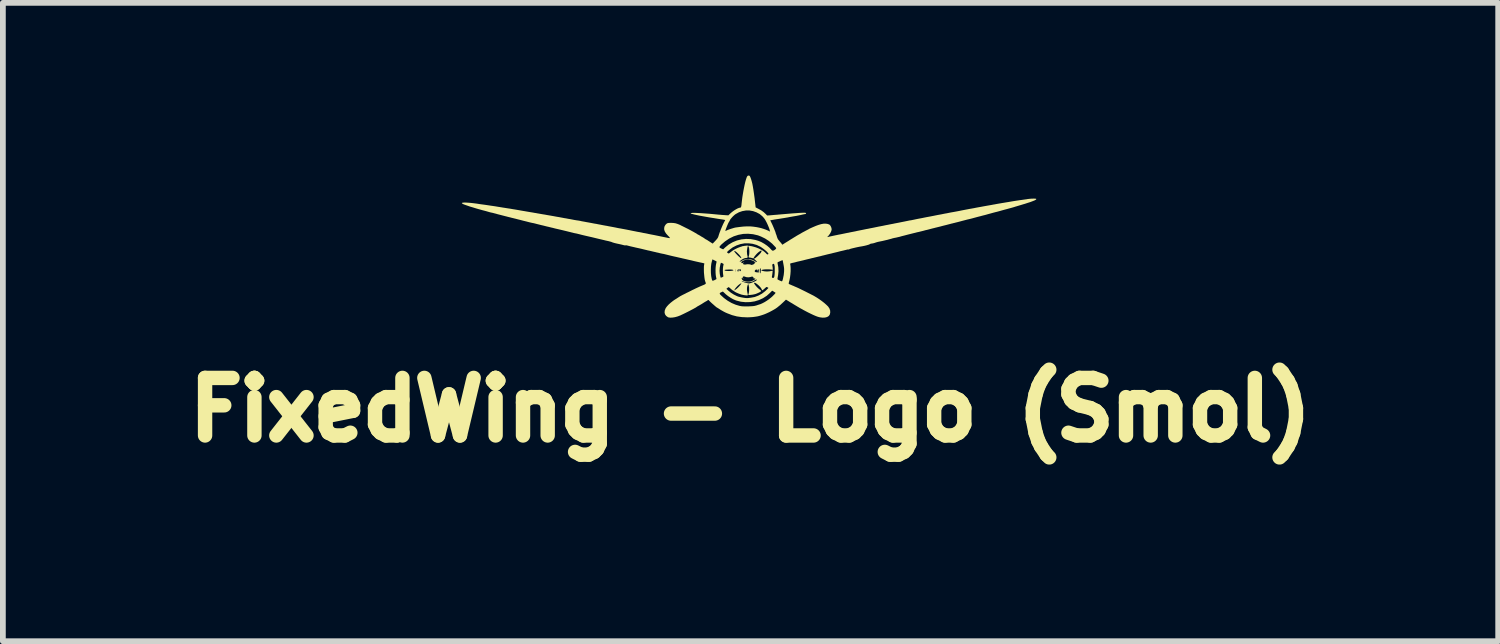
<source format=kicad_pcb>
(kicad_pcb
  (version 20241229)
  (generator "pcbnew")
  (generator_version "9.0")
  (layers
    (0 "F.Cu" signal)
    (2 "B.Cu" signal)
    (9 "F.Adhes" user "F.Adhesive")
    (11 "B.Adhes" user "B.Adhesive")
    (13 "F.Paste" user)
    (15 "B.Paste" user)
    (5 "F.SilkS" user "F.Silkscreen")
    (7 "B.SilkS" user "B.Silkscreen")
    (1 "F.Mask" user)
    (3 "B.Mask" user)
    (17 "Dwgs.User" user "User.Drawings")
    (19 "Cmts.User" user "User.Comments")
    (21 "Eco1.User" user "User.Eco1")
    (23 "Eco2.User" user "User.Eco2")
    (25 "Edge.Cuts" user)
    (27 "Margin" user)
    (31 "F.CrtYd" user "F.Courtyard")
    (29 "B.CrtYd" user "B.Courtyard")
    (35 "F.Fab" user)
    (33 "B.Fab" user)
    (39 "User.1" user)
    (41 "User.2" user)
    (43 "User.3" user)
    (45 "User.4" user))
  (footprint "FixedWing - Logo (Smol)"
    (layer "F.Cu")
    (at 9.959 1.646)
    (property "Reference" "FixedWing - Logo (Smol)" (at 0.03 2.42 0) (layer "F.SilkS") (effects (font (size 1 1) (thickness 0.25))))
    (attr board_only exclude_from_pos_files exclude_from_bom)
    (fp_poly (pts (xy -0.088 -0.416) (xy -0.091 -0.413) (xy -0.094 -0.416) (xy -0.091 -0.419)) (stroke (width 0) (type solid)) (fill yes) (layer "F.SilkS"))
    (fp_poly (pts (xy -0.088 -0.103) (xy -0.091 -0.1) (xy -0.094 -0.103) (xy -0.091 -0.106)) (stroke (width 0) (type solid)) (fill yes) (layer "F.SilkS"))
    (fp_poly (pts (xy -0.081 -0.397) (xy -0.084 -0.394) (xy -0.088 -0.397) (xy -0.084 -0.4)) (stroke (width 0) (type solid)) (fill yes) (layer "F.SilkS"))
    (fp_poly (pts (xy -0.075 -0.422) (xy -0.078 -0.419) (xy -0.081 -0.422) (xy -0.078 -0.425)) (stroke (width 0) (type solid)) (fill yes) (layer "F.SilkS"))
    (fp_poly (pts (xy 0.019 -0.422) (xy 0.016 -0.419) (xy 0.013 -0.422) (xy 0.016 -0.425)) (stroke (width 0) (type solid)) (fill yes) (layer "F.SilkS"))
    (fp_poly (pts (xy 0.038 -0.416) (xy 0.034 -0.413) (xy 0.031 -0.416) (xy 0.034 -0.419)) (stroke (width 0) (type solid)) (fill yes) (layer "F.SilkS"))
    (fp_poly (pts (xy 0.038 -0.397) (xy 0.034 -0.394) (xy 0.031 -0.397) (xy 0.034 -0.4)) (stroke (width 0) (type solid)) (fill yes) (layer "F.SilkS"))
    (fp_poly (pts (xy 0.044 -0.103) (xy 0.041 -0.1) (xy 0.038 -0.103) (xy 0.041 -0.106)) (stroke (width 0) (type solid)) (fill yes) (layer "F.SilkS"))
    (fp_poly (pts (xy 0.044 -0.084) (xy 0.041 -0.081) (xy 0.038 -0.084) (xy 0.041 -0.088)) (stroke (width 0) (type solid)) (fill yes) (layer "F.SilkS"))
    (fp_poly (pts (xy 0.05 -0.391) (xy 0.047 -0.388) (xy 0.044 -0.391) (xy 0.047 -0.394)) (stroke (width 0) (type solid)) (fill yes) (layer "F.SilkS"))
    (fp_poly (pts (xy 0.075 -0.397) (xy 0.072 -0.394) (xy 0.069 -0.397) (xy 0.072 -0.4)) (stroke (width 0) (type solid)) (fill yes) (layer "F.SilkS"))
    (fp_poly (pts (xy -0.064 -0.098) (xy -0.066 -0.095) (xy -0.072 -0.094) (xy -0.079 -0.096) (xy -0.076 -0.098) (xy -0.066 -0.099)) (stroke (width 0) (type solid)) (fill yes) (layer "F.SilkS"))
    (fp_poly (pts (xy -0.058 -0.404) (xy -0.06 -0.401) (xy -0.066 -0.401) (xy -0.073 -0.402) (xy -0.07 -0.404) (xy -0.06 -0.405)) (stroke (width 0) (type solid)) (fill yes) (layer "F.SilkS"))
    (fp_poly (pts (xy 0.029 -0.079) (xy 0.028 -0.075) (xy 0.025 -0.075) (xy 0.02 -0.077) (xy 0.021 -0.079) (xy 0.028 -0.08)) (stroke (width 0) (type solid)) (fill yes) (layer "F.SilkS"))
    (fp_poly (pts (xy 0.03 -0.098) (xy 0.028 -0.095) (xy 0.021 -0.094) (xy 0.015 -0.096) (xy 0.018 -0.098) (xy 0.027 -0.099)) (stroke (width 0) (type solid)) (fill yes) (layer "F.SilkS"))
    (fp_poly (pts (xy -0.117 -0.095) (xy -0.116 -0.094) (xy -0.113 -0.088) (xy -0.119 -0.09) (xy -0.125 -0.094) (xy -0.13 -0.099) (xy -0.127 -0.1)) (stroke (width 0) (type solid)) (fill yes) (layer "F.SilkS"))
    (fp_poly (pts (xy 0.058 -0.408) (xy 0.059 -0.406) (xy 0.062 -0.401) (xy 0.056 -0.403) (xy 0.05 -0.406) (xy 0.045 -0.411) (xy 0.048 -0.413)) (stroke (width 0) (type solid)) (fill yes) (layer "F.SilkS"))
    (fp_poly (pts (xy 0.062 -0.385) (xy 0.068 -0.379) (xy 0.069 -0.378) (xy 0.066 -0.375) (xy 0.06 -0.381) (xy 0.059 -0.382) (xy 0.058 -0.387)) (stroke (width 0) (type solid)) (fill yes) (layer "F.SilkS"))
    (fp_poly (pts (xy -0.1 -0.411) (xy -0.106 -0.407) (xy -0.119 -0.401) (xy -0.129 -0.396) (xy -0.129 -0.397) (xy -0.122 -0.403) (xy -0.111 -0.41) (xy -0.104 -0.413)) (stroke (width 0) (type solid)) (fill yes) (layer "F.SilkS"))
    (fp_poly (pts (xy -0.011 -0.092) (xy -0.008 -0.09) (xy -0.016 -0.089) (xy -0.025 -0.089) (xy -0.039 -0.09) (xy -0.042 -0.091) (xy -0.039 -0.092) (xy -0.021 -0.093)) (stroke (width 0) (type solid)) (fill yes) (layer "F.SilkS"))
    (fp_poly (pts (xy -0.011 -0.43) (xy -0.008 -0.428) (xy -0.017 -0.427) (xy -0.028 -0.427) (xy -0.042 -0.427) (xy -0.046 -0.428) (xy -0.042 -0.43) (xy -0.024 -0.431)) (stroke (width 0) (type solid)) (fill yes) (layer "F.SilkS"))
    (fp_poly (pts (xy 0.005 -0.073) (xy 0.007 -0.071) (xy -0.002 -0.07) (xy -0.006 -0.07) (xy -0.018 -0.071) (xy -0.019 -0.072) (xy -0.017 -0.073) (xy -0.001 -0.074)) (stroke (width 0) (type solid)) (fill yes) (layer "F.SilkS"))
    (fp_poly (pts (xy 0.074 -0.104) (xy 0.07 -0.098) (xy 0.06 -0.09) (xy 0.054 -0.088) (xy 0.05 -0.089) (xy 0.051 -0.089) (xy 0.057 -0.094) (xy 0.066 -0.1) (xy 0.074 -0.106)) (stroke (width 0) (type solid)) (fill yes) (layer "F.SilkS"))
    (fp_poly (pts (xy -0.008 -0.41) (xy 0.01 -0.407) (xy 0.013 -0.406) (xy 0.021 -0.403) (xy 0.017 -0.402) (xy 0.004 -0.402) (xy -0.019 -0.405) (xy -0.025 -0.406) (xy -0.053 -0.411) (xy -0.028 -0.411)) (stroke (width 0) (type solid)) (fill yes) (layer "F.SilkS"))
    (fp_poly (pts (xy -0.069 -0.077) (xy -0.051 -0.074) (xy -0.04 -0.072) (xy -0.038 -0.071) (xy -0.04 -0.069) (xy -0.05 -0.069) (xy -0.064 -0.07) (xy -0.077 -0.073) (xy -0.084 -0.075) (xy -0.088 -0.078) (xy -0.079 -0.078)) (stroke (width 0) (type solid)) (fill yes) (layer "F.SilkS"))
    (fp_poly (pts (xy 0.01 -1.644) (xy 0.018 -1.636) (xy 0.027 -1.619) (xy 0.027 -1.619) (xy 0.038 -1.589) (xy 0.049 -1.553) (xy 0.06 -1.511) (xy 0.07 -1.46) (xy 0.08 -1.401) (xy 0.09 -1.332) (xy 0.101 -1.253) (xy 0.111 -1.162) (xy 0.112 -1.158) (xy 0.119 -1.093) (xy 0.171 -1.066) (xy 0.218 -1.04) (xy 0.258 -1.011) (xy 0.296 -0.976) (xy 0.297 -0.975) (xy 0.319 -0.952) (xy 0.366 -0.955) (xy 0.389 -0.957) (xy 0.421 -0.96) (xy 0.458 -0.963) (xy 0.497 -0.966) (xy 0.516 -0.968) (xy 0.611 -0.976) (xy 0.694 -0.983) (xy 0.766 -0.989) (xy 0.827 -0.993) (xy 0.877 -0.997) (xy 0.917 -0.999) (xy 0.949 -1) (xy 0.971 -1) (xy 0.985 -0.998) (xy 0.99 -0.997) (xy 0.996 -0.988) (xy 0.991 -0.98) (xy 0.979 -0.977) (xy 0.978 -0.977) (xy 0.967 -0.975) (xy 0.947 -0.971) (xy 0.923 -0.966) (xy 0.921 -0.965) (xy 0.894 -0.959) (xy 0.86 -0.952) (xy 0.825 -0.945) (xy 0.813 -0.943) (xy 0.777 -0.937) (xy 0.737 -0.93) (xy 0.697 -0.923) (xy 0.685 -0.92) (xy 0.648 -0.914) (xy 0.607 -0.907) (xy 0.569 -0.901) (xy 0.557 -0.899) (xy 0.521 -0.893) (xy 0.48 -0.887) (xy 0.442 -0.881) (xy 0.433 -0.879) (xy 0.373 -0.869) (xy 0.385 -0.843) (xy 0.398 -0.817) (xy 0.408 -0.796) (xy 0.418 -0.774) (xy 0.429 -0.748) (xy 0.441 -0.719) (xy 0.451 -0.694) (xy 0.46 -0.672) (xy 0.465 -0.657) (xy 0.466 -0.652) (xy 0.468 -0.643) (xy 0.474 -0.628) (xy 0.475 -0.625) (xy 0.482 -0.607) (xy 0.489 -0.583) (xy 0.492 -0.574) (xy 0.505 -0.542) (xy 0.528 -0.512) (xy 0.545 -0.492) (xy 0.561 -0.474) (xy 0.57 -0.462) (xy 0.583 -0.444) (xy 0.635 -0.477) (xy 0.661 -0.493) (xy 0.685 -0.508) (xy 0.704 -0.52) (xy 0.71 -0.524) (xy 0.729 -0.536) (xy 0.754 -0.551) (xy 0.781 -0.568) (xy 0.808 -0.584) (xy 0.833 -0.6) (xy 0.854 -0.612) (xy 0.868 -0.62) (xy 0.872 -0.622) (xy 0.883 -0.628) (xy 0.9 -0.638) (xy 0.907 -0.642) (xy 0.923 -0.652) (xy 0.947 -0.665) (xy 0.974 -0.679) (xy 0.988 -0.687) (xy 1.012 -0.699) (xy 1.033 -0.71) (xy 1.047 -0.718) (xy 1.051 -0.721) (xy 1.059 -0.725) (xy 1.077 -0.733) (xy 1.101 -0.744) (xy 1.129 -0.756) (xy 1.157 -0.768) (xy 1.185 -0.779) (xy 1.208 -0.787) (xy 1.21 -0.788) (xy 1.257 -0.802) (xy 1.301 -0.81) (xy 1.342 -0.81) (xy 1.376 -0.804) (xy 1.403 -0.792) (xy 1.408 -0.788) (xy 1.422 -0.769) (xy 1.433 -0.745) (xy 1.439 -0.72) (xy 1.439 -0.702) (xy 1.429 -0.67) (xy 1.411 -0.636) (xy 1.389 -0.606) (xy 1.385 -0.601) (xy 1.372 -0.588) (xy 1.365 -0.579) (xy 1.364 -0.577) (xy 1.371 -0.578) (xy 1.387 -0.582) (xy 1.409 -0.587) (xy 1.418 -0.589) (xy 1.451 -0.596) (xy 1.488 -0.604) (xy 1.522 -0.611) (xy 1.523 -0.611) (xy 1.555 -0.618) (xy 1.593 -0.625) (xy 1.628 -0.632) (xy 1.632 -0.633) (xy 1.666 -0.64) (xy 1.704 -0.648) (xy 1.738 -0.654) (xy 1.741 -0.655) (xy 1.774 -0.662) (xy 1.811 -0.669) (xy 1.847 -0.676) (xy 1.852 -0.677) (xy 1.887 -0.685) (xy 1.927 -0.693) (xy 1.963 -0.7) (xy 1.968 -0.701) (xy 2.002 -0.708) (xy 2.04 -0.716) (xy 2.074 -0.722) (xy 2.079 -0.723) (xy 2.112 -0.73) (xy 2.149 -0.737) (xy 2.184 -0.744) (xy 2.188 -0.745) (xy 2.222 -0.752) (xy 2.26 -0.76) (xy 2.294 -0.766) (xy 2.298 -0.767) (xy 2.33 -0.773) (xy 2.367 -0.781) (xy 2.403 -0.788) (xy 2.41 -0.789) (xy 2.444 -0.796) (xy 2.48 -0.803) (xy 2.513 -0.809) (xy 2.52 -0.811) (xy 2.561 -0.819) (xy 2.608 -0.828) (xy 2.657 -0.838) (xy 2.703 -0.847) (xy 2.741 -0.855) (xy 2.742 -0.855) (xy 2.766 -0.86) (xy 2.789 -0.865) (xy 2.802 -0.867) (xy 2.819 -0.869) (xy 2.842 -0.874) (xy 2.868 -0.879) (xy 2.868 -0.879) (xy 2.904 -0.887) (xy 2.949 -0.896) (xy 2.998 -0.905) (xy 3.047 -0.915) (xy 3.092 -0.924) (xy 3.119 -0.929) (xy 3.153 -0.935) (xy 3.188 -0.942) (xy 3.204 -0.945) (xy 3.238 -0.952) (xy 3.273 -0.959) (xy 3.305 -0.965) (xy 3.317 -0.967) (xy 3.344 -0.972) (xy 3.378 -0.979) (xy 3.413 -0.986) (xy 3.432 -0.989) (xy 3.467 -0.996) (xy 3.502 -1.003) (xy 3.534 -1.009) (xy 3.548 -1.011) (xy 3.602 -1.021) (xy 3.655 -1.031) (xy 3.703 -1.041) (xy 3.745 -1.049) (xy 3.776 -1.055) (xy 3.803 -1.06) (xy 3.828 -1.065) (xy 3.845 -1.068) (xy 3.864 -1.071) (xy 3.89 -1.076) (xy 3.914 -1.08) (xy 3.947 -1.087) (xy 3.99 -1.095) (xy 4.036 -1.103) (xy 4.084 -1.112) (xy 4.129 -1.12) (xy 4.151 -1.124) (xy 4.18 -1.129) (xy 4.215 -1.135) (xy 4.251 -1.142) (xy 4.27 -1.145) (xy 4.306 -1.152) (xy 4.346 -1.159) (xy 4.383 -1.165) (xy 4.398 -1.168) (xy 4.431 -1.173) (xy 4.471 -1.18) (xy 4.509 -1.186) (xy 4.526 -1.189) (xy 4.578 -1.198) (xy 4.628 -1.206) (xy 4.674 -1.213) (xy 4.714 -1.219) (xy 4.745 -1.223) (xy 4.752 -1.224) (xy 4.773 -1.227) (xy 4.801 -1.231) (xy 4.831 -1.235) (xy 4.839 -1.237) (xy 4.871 -1.241) (xy 4.904 -1.244) (xy 4.935 -1.245) (xy 4.963 -1.245) (xy 4.983 -1.244) (xy 4.994 -1.241) (xy 4.995 -1.24) (xy 4.994 -1.233) (xy 4.984 -1.224) (xy 4.963 -1.213) (xy 4.932 -1.201) (xy 4.89 -1.185) (xy 4.845 -1.171) (xy 4.821 -1.163) (xy 4.8 -1.156) (xy 4.779 -1.15) (xy 4.756 -1.143) (xy 4.727 -1.134) (xy 4.689 -1.123) (xy 4.683 -1.121) (xy 4.656 -1.113) (xy 4.629 -1.105) (xy 4.611 -1.099) (xy 4.587 -1.092) (xy 4.555 -1.083) (xy 4.518 -1.073) (xy 4.482 -1.063) (xy 4.451 -1.055) (xy 4.429 -1.049) (xy 4.4 -1.041) (xy 4.376 -1.034) (xy 4.347 -1.026) (xy 4.314 -1.017) (xy 4.292 -1.012) (xy 4.243 -0.999) (xy 4.196 -0.986) (xy 4.155 -0.975) (xy 4.124 -0.966) (xy 4.102 -0.96) (xy 4.073 -0.953) (xy 4.042 -0.945) (xy 4.033 -0.942) (xy 4 -0.934) (xy 3.962 -0.924) (xy 3.925 -0.914) (xy 3.914 -0.911) (xy 3.885 -0.903) (xy 3.858 -0.896) (xy 3.837 -0.891) (xy 3.829 -0.889) (xy 3.816 -0.886) (xy 3.794 -0.881) (xy 3.764 -0.873) (xy 3.729 -0.864) (xy 3.695 -0.855) (xy 3.658 -0.845) (xy 3.623 -0.836) (xy 3.594 -0.829) (xy 3.572 -0.823) (xy 3.561 -0.821) (xy 3.548 -0.817) (xy 3.525 -0.812) (xy 3.495 -0.804) (xy 3.46 -0.795) (xy 3.426 -0.786) (xy 3.389 -0.777) (xy 3.354 -0.768) (xy 3.325 -0.76) (xy 3.303 -0.755) (xy 3.292 -0.752) (xy 3.271 -0.747) (xy 3.247 -0.741) (xy 3.245 -0.741) (xy 3.224 -0.735) (xy 3.195 -0.728) (xy 3.16 -0.719) (xy 3.123 -0.709) (xy 3.087 -0.7) (xy 3.079 -0.699) (xy 3.054 -0.692) (xy 3.024 -0.684) (xy 3.004 -0.679) (xy 2.979 -0.673) (xy 2.956 -0.667) (xy 2.942 -0.664) (xy 2.926 -0.661) (xy 2.9 -0.654) (xy 2.863 -0.645) (xy 2.815 -0.633) (xy 2.755 -0.618) (xy 2.714 -0.607) (xy 2.686 -0.6) (xy 2.658 -0.593) (xy 2.637 -0.587) (xy 2.635 -0.586) (xy 2.616 -0.581) (xy 2.589 -0.575) (xy 2.56 -0.568) (xy 2.554 -0.567) (xy 2.528 -0.562) (xy 2.506 -0.557) (xy 2.491 -0.553) (xy 2.488 -0.552) (xy 2.477 -0.548) (xy 2.457 -0.543) (xy 2.431 -0.536) (xy 2.41 -0.53) (xy 2.379 -0.523) (xy 2.35 -0.516) (xy 2.32 -0.509) (xy 2.285 -0.502) (xy 2.241 -0.493) (xy 2.238 -0.492) (xy 2.22 -0.487) (xy 2.207 -0.483) (xy 2.187 -0.476) (xy 2.162 -0.469) (xy 2.139 -0.465) (xy 2.129 -0.464) (xy 2.113 -0.46) (xy 2.104 -0.455) (xy 2.092 -0.448) (xy 2.07 -0.441) (xy 2.042 -0.433) (xy 2.009 -0.425) (xy 1.974 -0.418) (xy 1.951 -0.414) (xy 1.926 -0.41) (xy 1.896 -0.404) (xy 1.863 -0.397) (xy 1.83 -0.389) (xy 1.8 -0.382) (xy 1.773 -0.375) (xy 1.754 -0.369) (xy 1.744 -0.364) (xy 1.742 -0.363) (xy 1.736 -0.361) (xy 1.735 -0.361) (xy 1.726 -0.362) (xy 1.71 -0.36) (xy 1.706 -0.359) (xy 1.687 -0.354) (xy 1.662 -0.348) (xy 1.638 -0.342) (xy 1.62 -0.338) (xy 1.602 -0.334) (xy 1.581 -0.329) (xy 1.555 -0.322) (xy 1.523 -0.314) (xy 1.481 -0.304) (xy 1.46 -0.299) (xy 1.438 -0.293) (xy 1.408 -0.286) (xy 1.378 -0.279) (xy 1.369 -0.277) (xy 1.337 -0.269) (xy 1.302 -0.26) (xy 1.271 -0.253) (xy 1.266 -0.251) (xy 1.243 -0.245) (xy 1.211 -0.238) (xy 1.174 -0.229) (xy 1.137 -0.22) (xy 1.126 -0.217) (xy 1.09 -0.209) (xy 1.055 -0.2) (xy 1.025 -0.193) (xy 1.003 -0.188) (xy 0.997 -0.186) (xy 0.975 -0.181) (xy 0.946 -0.173) (xy 0.915 -0.166) (xy 0.907 -0.164) (xy 0.877 -0.157) (xy 0.846 -0.15) (xy 0.822 -0.144) (xy 0.816 -0.142) (xy 0.789 -0.135) (xy 0.76 -0.129) (xy 0.749 -0.126) (xy 0.729 -0.121) (xy 0.72 -0.116) (xy 0.719 -0.11) (xy 0.719 -0.109) (xy 0.721 -0.098) (xy 0.724 -0.079) (xy 0.726 -0.053) (xy 0.727 -0.033) (xy 0.727 0.017) (xy 0.723 0.071) (xy 0.716 0.126) (xy 0.706 0.176) (xy 0.699 0.201) (xy 0.695 0.219) (xy 0.694 0.232) (xy 0.695 0.236) (xy 0.704 0.241) (xy 0.72 0.248) (xy 0.735 0.254) (xy 0.757 0.264) (xy 0.778 0.272) (xy 0.788 0.277) (xy 0.806 0.285) (xy 0.828 0.294) (xy 0.832 0.296) (xy 0.848 0.303) (xy 0.874 0.315) (xy 0.906 0.331) (xy 0.943 0.349) (xy 0.982 0.368) (xy 1.021 0.388) (xy 1.059 0.407) (xy 1.092 0.424) (xy 1.12 0.438) (xy 1.138 0.448) (xy 1.141 0.45) (xy 1.183 0.475) (xy 1.227 0.504) (xy 1.27 0.535) (xy 1.311 0.567) (xy 1.345 0.597) (xy 1.372 0.623) (xy 1.378 0.629) (xy 1.401 0.663) (xy 1.414 0.7) (xy 1.415 0.737) (xy 1.406 0.772) (xy 1.405 0.774) (xy 1.387 0.796) (xy 1.36 0.812) (xy 1.325 0.821) (xy 1.283 0.823) (xy 1.236 0.817) (xy 1.212 0.811) (xy 1.189 0.804) (xy 1.156 0.791) (xy 1.117 0.774) (xy 1.075 0.754) (xy 1.03 0.732) (xy 0.986 0.709) (xy 0.945 0.687) (xy 0.93 0.678) (xy 0.907 0.666) (xy 0.889 0.656) (xy 0.878 0.65) (xy 0.876 0.649) (xy 0.871 0.645) (xy 0.856 0.637) (xy 0.835 0.624) (xy 0.808 0.608) (xy 0.788 0.596) (xy 0.756 0.576) (xy 0.725 0.558) (xy 0.699 0.542) (xy 0.68 0.53) (xy 0.673 0.526) (xy 0.646 0.51) (xy 0.604 0.55) (xy 0.548 0.602) (xy 0.494 0.646) (xy 0.464 0.667) (xy 0.434 0.685) (xy 0.398 0.705) (xy 0.358 0.726) (xy 0.317 0.745) (xy 0.28 0.761) (xy 0.25 0.772) (xy 0.247 0.773) (xy 0.222 0.781) (xy 0.199 0.788) (xy 0.183 0.793) (xy 0.182 0.793) (xy 0.154 0.8) (xy 0.117 0.806) (xy 0.074 0.812) (xy 0.029 0.815) (xy -0.015 0.817) (xy -0.03 0.817) (xy -0.122 0.813) (xy -0.207 0.801) (xy -0.29 0.779) (xy -0.374 0.747) (xy -0.406 0.733) (xy -0.437 0.717) (xy -0.469 0.699) (xy -0.498 0.682) (xy -0.505 0.677) (xy -0.525 0.664) (xy -0.541 0.654) (xy -0.55 0.649) (xy -0.551 0.649) (xy -0.557 0.645) (xy -0.571 0.634) (xy -0.589 0.619) (xy -0.61 0.6) (xy -0.632 0.581) (xy -0.653 0.562) (xy -0.671 0.545) (xy -0.683 0.533) (xy -0.686 0.53) (xy -0.697 0.518) (xy -0.704 0.515) (xy -0.713 0.52) (xy -0.716 0.523) (xy -0.73 0.532) (xy -0.74 0.538) (xy -0.75 0.543) (xy -0.767 0.553) (xy -0.788 0.566) (xy -0.794 0.57) (xy -0.819 0.586) (xy -0.845 0.601) (xy -0.867 0.614) (xy -0.869 0.615) (xy -0.888 0.625) (xy -0.903 0.635) (xy -0.909 0.639) (xy -0.922 0.648) (xy -0.928 0.651) (xy -0.939 0.657) (xy -0.955 0.666) (xy -0.962 0.67) (xy -0.981 0.68) (xy -1.008 0.694) (xy -1.04 0.711) (xy -1.076 0.729) (xy -1.112 0.747) (xy -1.145 0.763) (xy -1.173 0.776) (xy -1.187 0.783) (xy -1.234 0.801) (xy -1.28 0.814) (xy -1.324 0.821) (xy -1.362 0.823) (xy -1.393 0.819) (xy -1.406 0.814) (xy -1.436 0.792) (xy -1.455 0.765) (xy -1.463 0.734) (xy -1.46 0.699) (xy -1.445 0.661) (xy -1.443 0.657) (xy -1.422 0.628) (xy -1.392 0.595) (xy -1.355 0.562) (xy -1.314 0.53) (xy -1.288 0.512) (xy -1.254 0.491) (xy -1.23 0.475) (xy -1.213 0.464) (xy -1.2 0.456) (xy -1.191 0.45) (xy -1.183 0.446) (xy -1.177 0.442) (xy -1.166 0.437) (xy -1.146 0.426) (xy -1.119 0.413) (xy -1.093 0.4) (xy -0.505 0.4) (xy -0.503 0.411) (xy -0.492 0.426) (xy -0.49 0.428) (xy -0.432 0.481) (xy -0.368 0.528) (xy -0.299 0.568) (xy -0.228 0.598) (xy -0.157 0.619) (xy -0.128 0.624) (xy -0.109 0.626) (xy -0.081 0.627) (xy -0.047 0.627) (xy -0.011 0.627) (xy -0.003 0.627) (xy 0.037 0.625) (xy 0.068 0.623) (xy 0.094 0.62) (xy 0.116 0.615) (xy 0.138 0.609) (xy 0.164 0.6) (xy 0.189 0.592) (xy 0.208 0.586) (xy 0.21 0.585) (xy 0.24 0.571) (xy 0.276 0.552) (xy 0.313 0.529) (xy 0.349 0.504) (xy 0.379 0.48) (xy 0.382 0.478) (xy 0.406 0.457) (xy 0.427 0.436) (xy 0.446 0.417) (xy 0.459 0.402) (xy 0.465 0.392) (xy 0.465 0.39) (xy 0.449 0.38) (xy 0.432 0.369) (xy 0.417 0.36) (xy 0.408 0.355) (xy 0.407 0.355) (xy 0.402 0.359) (xy 0.39 0.37) (xy 0.375 0.386) (xy 0.369 0.392) (xy 0.312 0.443) (xy 0.247 0.485) (xy 0.177 0.517) (xy 0.102 0.54) (xy 0.024 0.552) (xy -0.056 0.554) (xy -0.136 0.546) (xy -0.215 0.526) (xy -0.234 0.519) (xy -0.275 0.501) (xy -0.318 0.476) (xy -0.361 0.447) (xy -0.399 0.417) (xy -0.406 0.41) (xy -0.45 0.369) (xy -0.476 0.38) (xy -0.496 0.39) (xy -0.505 0.4) (xy -1.093 0.4) (xy -1.087 0.396) (xy -1.051 0.379) (xy -1.015 0.361) (xy -0.98 0.343) (xy -0.948 0.328) (xy -0.936 0.322) (xy -0.389 0.322) (xy -0.352 0.356) (xy -0.31 0.39) (xy -0.261 0.421) (xy -0.211 0.446) (xy -0.187 0.456) (xy -0.161 0.463) (xy -0.13 0.47) (xy -0.096 0.476) (xy -0.063 0.481) (xy -0.035 0.483) (xy -0.018 0.483) (xy -0.002 0.481) (xy 0.021 0.478) (xy 0.038 0.476) (xy 0.103 0.464) (xy 0.168 0.439) (xy 0.23 0.405) (xy 0.287 0.361) (xy 0.327 0.322) (xy 0.342 0.306) (xy 0.325 0.296) (xy 0.317 0.291) (xy 0.31 0.29) (xy 0.301 0.294) (xy 0.288 0.305) (xy 0.275 0.317) (xy 0.257 0.332) (xy 0.244 0.343) (xy 0.236 0.348) (xy 0.236 0.348) (xy 0.231 0.343) (xy 0.224 0.33) (xy 0.223 0.328) (xy 0.213 0.309) (xy 0.196 0.288) (xy 0.175 0.266) (xy 0.152 0.246) (xy 0.13 0.229) (xy 0.112 0.219) (xy 0.103 0.217) (xy 0.093 0.219) (xy 0.091 0.222) (xy 0.096 0.233) (xy 0.107 0.25) (xy 0.123 0.271) (xy 0.142 0.292) (xy 0.161 0.311) (xy 0.176 0.324) (xy 0.194 0.338) (xy 0.208 0.35) (xy 0.216 0.357) (xy 0.216 0.358) (xy 0.213 0.364) (xy 0.2 0.374) (xy 0.181 0.385) (xy 0.156 0.396) (xy 0.13 0.407) (xy 0.119 0.411) (xy 0.093 0.418) (xy 0.061 0.424) (xy 0.035 0.427) (xy 0.012 0.429) (xy -0.002 0.429) (xy -0.008 0.427) (xy -0.008 0.423) (xy -0.007 0.422) (xy 0.002 0.388) (xy 0.006 0.347) (xy 0.006 0.306) (xy 0.004 0.29) (xy -0.000166 0.268) (xy -0.004 0.251) (xy -0.006 0.243) (xy -0.006 0.243) (xy -0.013 0.243) (xy -0.019 0.254) (xy -0.025 0.275) (xy -0.029 0.291) (xy -0.031 0.312) (xy -0.032 0.333) (xy -0.03 0.356) (xy -0.025 0.386) (xy -0.018 0.419) (xy -0.016 0.43) (xy -0.02 0.435) (xy -0.032 0.436) (xy -0.039 0.436) (xy -0.079 0.432) (xy -0.124 0.423) (xy -0.17 0.407) (xy -0.208 0.391) (xy -0.23 0.38) (xy -0.248 0.369) (xy -0.258 0.362) (xy -0.259 0.36) (xy -0.264 0.355) (xy -0.268 0.355) (xy -0.277 0.351) (xy -0.278 0.35) (xy -0.254 0.35) (xy -0.234 0.338) (xy -0.219 0.328) (xy -0.2 0.312) (xy -0.181 0.294) (xy -0.18 0.293) (xy -0.162 0.274) (xy -0.146 0.255) (xy -0.137 0.242) (xy -0.136 0.241) (xy -0.127 0.223) (xy -0.147 0.233) (xy -0.166 0.246) (xy -0.189 0.265) (xy -0.211 0.288) (xy -0.231 0.311) (xy -0.243 0.329) (xy -0.254 0.35) (xy -0.278 0.35) (xy -0.291 0.34) (xy -0.309 0.325) (xy -0.311 0.323) (xy -0.328 0.308) (xy -0.342 0.297) (xy -0.349 0.292) (xy -0.35 0.292) (xy -0.357 0.296) (xy -0.369 0.305) (xy -0.372 0.307) (xy -0.389 0.322) (xy -0.936 0.322) (xy -0.922 0.315) (xy -0.902 0.306) (xy -0.894 0.302) (xy -0.876 0.294) (xy -0.855 0.284) (xy -0.847 0.281) (xy -0.824 0.271) (xy -0.798 0.26) (xy -0.783 0.254) (xy -0.76 0.243) (xy -0.748 0.233) (xy -0.747 0.22) (xy -0.752 0.206) (xy -0.759 0.187) (xy -0.76 0.183) (xy -0.126 0.183) (xy -0.125 0.187) (xy -0.112 0.196) (xy -0.112 0.196) (xy -0.098 0.202) (xy -0.077 0.21) (xy -0.051 0.217) (xy -0.026 0.224) (xy -0.005 0.228) (xy 0.003 0.229) (xy 0.014 0.227) (xy 0.032 0.222) (xy 0.054 0.215) (xy 0.056 0.214) (xy 0.082 0.204) (xy 0.107 0.192) (xy 0.126 0.18) (xy 0.138 0.171) (xy 0.141 0.166) (xy 0.136 0.161) (xy 0.125 0.162) (xy 0.11 0.169) (xy 0.104 0.172) (xy 0.075 0.19) (xy 0.047 0.201) (xy 0.015 0.206) (xy -0.015 0.207) (xy -0.05 0.205) (xy -0.076 0.201) (xy -0.098 0.193) (xy -0.117 0.185) (xy -0.126 0.183) (xy -0.76 0.183) (xy -0.766 0.158) (xy -0.771 0.122) (xy -0.775 0.081) (xy -0.779 0.038) (xy -0.78 -0.004) (xy -0.78 -0.007) (xy -0.659 -0.007) (xy -0.658 0.049) (xy -0.653 0.102) (xy -0.644 0.148) (xy -0.641 0.159) (xy -0.635 0.175) (xy -0.63 0.181) (xy -0.621 0.181) (xy -0.613 0.178) (xy -0.594 0.17) (xy -0.578 0.162) (xy -0.566 0.155) (xy -0.561 0.152) (xy -0.562 0.146) (xy -0.565 0.133) (xy -0.126 0.133) (xy -0.125 0.14) (xy -0.122 0.145) (xy -0.117 0.153) (xy -0.118 0.155) (xy -0.119 0.159) (xy -0.115 0.164) (xy -0.094 0.181) (xy -0.064 0.193) (xy -0.029 0.198) (xy 0.007 0.198) (xy 0.042 0.191) (xy 0.063 0.183) (xy 0.089 0.169) (xy 0.107 0.157) (xy 0.109 0.155) (xy 0.499 0.155) (xy 0.499 0.156) (xy 0.505 0.161) (xy 0.519 0.169) (xy 0.538 0.178) (xy 0.556 0.186) (xy 0.571 0.191) (xy 0.576 0.192) (xy 0.581 0.186) (xy 0.587 0.172) (xy 0.593 0.151) (xy 0.594 0.147) (xy 0.607 0.082) (xy 0.613 0.025) (xy 0.614 -0.023) (xy 0.613 -0.033) (xy 0.611 -0.053) (xy 0.607 -0.079) (xy 0.602 -0.106) (xy 0.597 -0.133) (xy 0.593 -0.155) (xy 0.589 -0.171) (xy 0.587 -0.176) (xy 0.581 -0.175) (xy 0.567 -0.169) (xy 0.552 -0.163) (xy 0.532 -0.153) (xy 0.515 -0.146) (xy 0.508 -0.143) (xy 0.5 -0.137) (xy 0.5 -0.126) (xy 0.5 -0.122) (xy 0.513 -0.053) (xy 0.516 0.018) (xy 0.509 0.087) (xy 0.506 0.102) (xy 0.502 0.126) (xy 0.499 0.144) (xy 0.499 0.155) (xy 0.109 0.155) (xy 0.116 0.148) (xy 0.116 0.146) (xy 0.111 0.145) (xy 0.106 0.146) (xy 0.099 0.147) (xy 0.098 0.144) (xy 0.098 0.135) (xy 0.091 0.134) (xy 0.08 0.14) (xy 0.069 0.146) (xy 0.068 0.146) (xy 0.075 0.14) (xy 0.083 0.132) (xy 0.083 0.126) (xy 0.075 0.118) (xy 0.067 0.111) (xy 0.058 0.109) (xy 0.044 0.112) (xy 0.035 0.115) (xy 0.000428 0.122) (xy -0.038 0.12) (xy -0.07 0.11) (xy -0.085 0.105) (xy -0.094 0.107) (xy -0.101 0.113) (xy -0.108 0.121) (xy -0.107 0.128) (xy -0.097 0.137) (xy -0.081 0.149) (xy -0.102 0.139) (xy -0.118 0.133) (xy -0.126 0.133) (xy -0.565 0.133) (xy -0.565 0.131) (xy -0.569 0.114) (xy -0.574 0.082) (xy -0.577 0.041) (xy -0.577 0.007) (xy -0.508 0.007) (xy -0.504 0.061) (xy -0.5 0.082) (xy -0.495 0.104) (xy -0.49 0.121) (xy -0.487 0.129) (xy -0.487 0.13) (xy -0.48 0.127) (xy -0.466 0.122) (xy -0.461 0.12) (xy -0.447 0.113) (xy -0.441 0.105) (xy -0.442 0.093) (xy -0.443 0.092) (xy -0.448 0.053) (xy -0.45 0.01) (xy -0.45 0.000474) (xy -0.421 0.000474) (xy -0.412 0.006) (xy -0.395 0.01) (xy -0.371 0.012) (xy -0.344 0.013) (xy -0.315 0.011) (xy -0.286 0.007) (xy -0.283 0.007) (xy -0.269 0.002) (xy -0.268 0.001) (xy -0.226 0.001) (xy -0.226 0.02) (xy -0.225 0.029) (xy -0.224 0.027) (xy -0.223 0.025) (xy -0.223 0.011) (xy -0.197 0.011) (xy -0.192 0.019) (xy -0.185 0.023) (xy -0.179 0.016) (xy -0.177 0.001) (xy -0.175 -0.013) (xy -0.165 -0.013) (xy -0.163 0.001) (xy -0.157 0.014) (xy -0.149 0.016) (xy -0.147 0.014) (xy 0.103 0.014) (xy 0.105 0.024) (xy 0.113 0.03) (xy 0.129 0.034) (xy 0.13 0.034) (xy 0.147 0.036) (xy 0.159 0.037) (xy 0.161 0.037) (xy 0.166 0.041) (xy 0.167 0.044) (xy 0.168 0.044) (xy 0.171 0.034) (xy 0.172 0.03) (xy 0.174 0.011) (xy 0.191 0.011) (xy 0.192 0.036) (xy 0.194 0.049) (xy 0.198 0.053) (xy 0.199 0.053) (xy 0.204 0.045) (xy 0.207 0.026) (xy 0.208 0.009) (xy 0.209 0.003) (xy 0.215 0.003) (xy 0.236 0.01) (xy 0.274 0.018) (xy 0.316 0.021) (xy 0.358 0.018) (xy 0.394 0.011) (xy 0.405 0.008) (xy 0.411 0.006) (xy 0.414 0.01) (xy 0.414 0.022) (xy 0.412 0.043) (xy 0.409 0.068) (xy 0.406 0.091) (xy 0.403 0.103) (xy 0.401 0.118) (xy 0.405 0.127) (xy 0.409 0.13) (xy 0.425 0.134) (xy 0.436 0.127) (xy 0.443 0.114) (xy 0.446 0.095) (xy 0.449 0.067) (xy 0.451 0.034) (xy 0.451 -0.001) (xy 0.451 -0.034) (xy 0.45 -0.063) (xy 0.447 -0.082) (xy 0.447 -0.083) (xy 0.442 -0.102) (xy 0.438 -0.111) (xy 0.433 -0.113) (xy 0.424 -0.11) (xy 0.421 -0.108) (xy 0.411 -0.103) (xy 0.407 -0.096) (xy 0.41 -0.082) (xy 0.41 -0.079) (xy 0.414 -0.055) (xy 0.416 -0.032) (xy 0.416 -0.031) (xy 0.416 -0.008) (xy 0.39 -0.013) (xy 0.363 -0.016) (xy 0.332 -0.017) (xy 0.301 -0.017) (xy 0.271 -0.015) (xy 0.247 -0.012) (xy 0.231 -0.008) (xy 0.229 -0.007) (xy 0.215 0.003) (xy 0.209 0.003) (xy 0.209 -0.014) (xy 0.208 -0.027) (xy 0.204 -0.032) (xy 0.201 -0.033) (xy 0.195 -0.031) (xy 0.193 -0.022) (xy 0.191 -0.005) (xy 0.191 0.011) (xy 0.174 0.011) (xy 0.174 0.011) (xy 0.174 -0.005) (xy 0.173 -0.005) (xy 0.169 -0.017) (xy 0.162 -0.019) (xy 0.156 -0.011) (xy 0.153 0.005) (xy 0.152 0.007) (xy 0.151 0.033) (xy 0.149 0.009) (xy 0.145 -0.008) (xy 0.135 -0.014) (xy 0.12 -0.01) (xy 0.116 -0.008) (xy 0.106 0.004) (xy 0.103 0.014) (xy -0.147 0.014) (xy -0.142 0.01) (xy -0.134 -0.003) (xy -0.139 -0.013) (xy -0.147 -0.017) (xy -0.16 -0.019) (xy -0.165 -0.013) (xy -0.175 -0.013) (xy -0.175 -0.013) (xy -0.175 -0.02) (xy -0.175 -0.02) (xy -0.188 -0.015) (xy -0.196 -0.003) (xy -0.197 0.011) (xy -0.223 0.011) (xy -0.222 0.004) (xy -0.223 -0.018) (xy -0.223 -0.019) (xy -0.224 -0.025) (xy -0.225 -0.019) (xy -0.226 -0.004) (xy -0.226 0.001) (xy -0.268 0.001) (xy -0.267 -0.003) (xy -0.277 -0.009) (xy -0.287 -0.011) (xy -0.303 -0.013) (xy -0.326 -0.014) (xy -0.352 -0.013) (xy -0.378 -0.012) (xy -0.4 -0.01) (xy -0.415 -0.008) (xy -0.419 -0.006) (xy -0.421 0.000474) (xy -0.45 0.000474) (xy -0.449 -0.032) (xy -0.445 -0.07) (xy -0.438 -0.1) (xy -0.437 -0.103) (xy -0.44 -0.111) (xy -0.454 -0.12) (xy -0.459 -0.122) (xy -0.484 -0.132) (xy -0.494 -0.1) (xy -0.504 -0.048) (xy -0.508 0.007) (xy -0.577 0.007) (xy -0.578 -0.003) (xy -0.576 -0.047) (xy -0.572 -0.087) (xy -0.568 -0.109) (xy -0.563 -0.13) (xy -0.562 -0.135) (xy -0.135 -0.135) (xy -0.132 -0.136) (xy -0.125 -0.136) (xy -0.124 -0.133) (xy -0.125 -0.126) (xy -0.118 -0.123) (xy -0.106 -0.126) (xy -0.1 -0.129) (xy -0.086 -0.137) (xy -0.08 -0.138) (xy -0.085 -0.133) (xy -0.091 -0.127) (xy -0.101 -0.118) (xy -0.102 -0.112) (xy -0.094 -0.105) (xy -0.093 -0.104) (xy -0.075 -0.098) (xy -0.065 -0.099) (xy -0.028 -0.105) (xy 0.005 -0.105) (xy 0.028 -0.099) (xy 0.048 -0.092) (xy 0.062 -0.091) (xy 0.073 -0.097) (xy 0.082 -0.104) (xy 0.093 -0.113) (xy 0.1 -0.115) (xy 0.101 -0.115) (xy 0.103 -0.116) (xy 0.101 -0.123) (xy 0.1 -0.131) (xy 0.107 -0.131) (xy 0.115 -0.129) (xy 0.115 -0.134) (xy 0.107 -0.143) (xy 0.097 -0.152) (xy 0.078 -0.163) (xy 0.052 -0.173) (xy 0.024 -0.182) (xy -0.001 -0.188) (xy -0.014 -0.189) (xy -0.04 -0.186) (xy -0.07 -0.178) (xy -0.098 -0.166) (xy -0.12 -0.153) (xy -0.123 -0.151) (xy -0.133 -0.14) (xy -0.135 -0.135) (xy -0.562 -0.135) (xy -0.561 -0.147) (xy -0.56 -0.154) (xy -0.56 -0.154) (xy -0.566 -0.158) (xy -0.581 -0.165) (xy -0.597 -0.173) (xy -0.631 -0.19) (xy -0.641 -0.157) (xy -0.651 -0.114) (xy -0.657 -0.063) (xy -0.659 -0.007) (xy -0.78 -0.007) (xy -0.78 -0.043) (xy -0.779 -0.076) (xy -0.776 -0.094) (xy -0.772 -0.12) (xy -0.795 -0.126) (xy -0.813 -0.13) (xy -0.838 -0.135) (xy -0.865 -0.141) (xy -0.869 -0.142) (xy -0.901 -0.149) (xy -0.936 -0.157) (xy -0.966 -0.164) (xy -0.997 -0.172) (xy -1.033 -0.18) (xy -1.059 -0.186) (xy -1.089 -0.193) (xy -1.124 -0.201) (xy -1.157 -0.208) (xy -1.159 -0.209) (xy -1.19 -0.216) (xy -1.221 -0.223) (xy -1.247 -0.229) (xy -1.25 -0.23) (xy -1.301 -0.241) (xy -1.348 -0.252) (xy -1.389 -0.262) (xy -1.421 -0.27) (xy -1.438 -0.274) (xy -1.461 -0.28) (xy -1.483 -0.285) (xy -1.491 -0.286) (xy -1.51 -0.29) (xy -1.534 -0.295) (xy -1.547 -0.298) (xy -1.569 -0.304) (xy -1.598 -0.31) (xy -1.611 -0.313) (xy -0.377 -0.313) (xy -0.373 -0.306) (xy -0.362 -0.298) (xy -0.354 -0.293) (xy -0.346 -0.293) (xy -0.337 -0.298) (xy -0.323 -0.309) (xy -0.315 -0.316) (xy -0.291 -0.334) (xy -0.253 -0.334) (xy -0.248 -0.323) (xy -0.237 -0.307) (xy -0.22 -0.287) (xy -0.2 -0.266) (xy -0.179 -0.245) (xy -0.159 -0.228) (xy -0.147 -0.218) (xy -0.134 -0.212) (xy -0.13 -0.214) (xy -0.133 -0.225) (xy -0.145 -0.243) (xy -0.152 -0.253) (xy -0.169 -0.273) (xy -0.188 -0.292) (xy -0.207 -0.31) (xy -0.225 -0.324) (xy -0.24 -0.334) (xy -0.25 -0.337) (xy -0.253 -0.334) (xy -0.291 -0.334) (xy -0.28 -0.342) (xy -0.238 -0.367) (xy -0.192 -0.389) (xy -0.145 -0.407) (xy -0.1 -0.42) (xy -0.061 -0.426) (xy -0.049 -0.427) (xy -0.017 -0.427) (xy -0.025 -0.391) (xy -0.033 -0.333) (xy -0.029 -0.277) (xy -0.025 -0.258) (xy -0.02 -0.236) (xy -0.021 -0.223) (xy -0.03 -0.216) (xy -0.048 -0.214) (xy -0.054 -0.214) (xy -0.069 -0.211) (xy -0.089 -0.203) (xy -0.11 -0.192) (xy -0.129 -0.18) (xy -0.146 -0.167) (xy -0.156 -0.156) (xy -0.158 -0.148) (xy -0.157 -0.148) (xy -0.151 -0.149) (xy -0.137 -0.156) (xy -0.13 -0.16) (xy -0.086 -0.182) (xy -0.039 -0.193) (xy 0.009 -0.194) (xy 0.056 -0.184) (xy 0.099 -0.164) (xy 0.106 -0.158) (xy 0.127 -0.146) (xy 0.138 -0.143) (xy 0.141 -0.147) (xy 0.134 -0.159) (xy 0.118 -0.174) (xy 0.088 -0.201) (xy 0.105 -0.207) (xy 0.117 -0.215) (xy 0.134 -0.229) (xy 0.155 -0.247) (xy 0.176 -0.268) (xy 0.195 -0.288) (xy 0.209 -0.305) (xy 0.214 -0.313) (xy 0.221 -0.328) (xy 0.222 -0.34) (xy 0.217 -0.345) (xy 0.217 -0.345) (xy 0.21 -0.342) (xy 0.195 -0.333) (xy 0.177 -0.321) (xy 0.176 -0.32) (xy 0.157 -0.304) (xy 0.137 -0.285) (xy 0.118 -0.263) (xy 0.101 -0.242) (xy 0.089 -0.224) (xy 0.085 -0.211) (xy 0.085 -0.211) (xy 0.082 -0.207) (xy 0.074 -0.208) (xy 0.061 -0.212) (xy 0.042 -0.217) (xy 0.026 -0.22) (xy 0.024 -0.22) (xy 0.005 -0.222) (xy -0.003 -0.228) (xy -0.002 -0.24) (xy 0.001 -0.249) (xy 0.006 -0.269) (xy 0.009 -0.297) (xy 0.01 -0.33) (xy 0.008 -0.362) (xy 0.005 -0.389) (xy 0.001 -0.405) (xy -0.009 -0.427) (xy 0.021 -0.423) (xy 0.072 -0.413) (xy 0.124 -0.398) (xy 0.175 -0.378) (xy 0.222 -0.354) (xy 0.262 -0.329) (xy 0.292 -0.303) (xy 0.293 -0.302) (xy 0.309 -0.285) (xy 0.32 -0.277) (xy 0.328 -0.275) (xy 0.334 -0.278) (xy 0.341 -0.283) (xy 0.341 -0.289) (xy 0.335 -0.3) (xy 0.329 -0.306) (xy 0.311 -0.326) (xy 0.285 -0.349) (xy 0.255 -0.373) (xy 0.224 -0.395) (xy 0.204 -0.408) (xy 0.138 -0.44) (xy 0.068 -0.46) (xy -0.003 -0.469) (xy -0.075 -0.468) (xy -0.146 -0.455) (xy -0.215 -0.431) (xy -0.281 -0.397) (xy -0.341 -0.352) (xy -0.358 -0.337) (xy -0.372 -0.323) (xy -0.377 -0.313) (xy -1.611 -0.313) (xy -1.629 -0.318) (xy -1.641 -0.32) (xy -1.687 -0.331) (xy -1.724 -0.34) (xy -1.754 -0.346) (xy -1.778 -0.352) (xy -1.799 -0.357) (xy -1.82 -0.362) (xy -1.828 -0.364) (xy -1.86 -0.372) (xy -1.895 -0.38) (xy -1.922 -0.386) (xy -1.964 -0.395) (xy -1.98 -0.399) (xy -0.509 -0.399) (xy -0.5 -0.39) (xy -0.482 -0.38) (xy -0.472 -0.376) (xy -0.445 -0.364) (xy -0.41 -0.397) (xy -0.348 -0.448) (xy -0.279 -0.488) (xy -0.206 -0.518) (xy -0.128 -0.537) (xy -0.048 -0.545) (xy 0.034 -0.542) (xy 0.115 -0.527) (xy 0.163 -0.513) (xy 0.215 -0.492) (xy 0.268 -0.462) (xy 0.319 -0.427) (xy 0.362 -0.39) (xy 0.38 -0.37) (xy 0.397 -0.352) (xy 0.409 -0.342) (xy 0.421 -0.341) (xy 0.435 -0.345) (xy 0.44 -0.348) (xy 0.457 -0.359) (xy 0.468 -0.37) (xy 0.474 -0.377) (xy 0.476 -0.384) (xy 0.471 -0.393) (xy 0.46 -0.407) (xy 0.454 -0.413) (xy 0.405 -0.464) (xy 0.347 -0.511) (xy 0.282 -0.553) (xy 0.214 -0.586) (xy 0.16 -0.607) (xy 0.074 -0.627) (xy -0.012 -0.635) (xy -0.097 -0.632) (xy -0.181 -0.616) (xy -0.262 -0.59) (xy -0.339 -0.552) (xy -0.412 -0.503) (xy -0.477 -0.447) (xy -0.497 -0.425) (xy -0.508 -0.41) (xy -0.509 -0.399) (xy -1.98 -0.399) (xy -2.01 -0.406) (xy -2.054 -0.416) (xy -2.093 -0.426) (xy -2.108 -0.43) (xy -2.126 -0.434) (xy -2.138 -0.435) (xy -2.141 -0.433) (xy -2.146 -0.432) (xy -2.16 -0.434) (xy -2.174 -0.437) (xy -2.193 -0.442) (xy -2.221 -0.449) (xy -2.253 -0.456) (xy -2.281 -0.462) (xy -2.312 -0.469) (xy -2.34 -0.476) (xy -2.362 -0.483) (xy -2.374 -0.487) (xy -2.39 -0.494) (xy -2.413 -0.5) (xy -2.43 -0.505) (xy -2.458 -0.511) (xy -2.49 -0.518) (xy -2.513 -0.524) (xy -2.59 -0.542) (xy -2.66 -0.559) (xy -2.73 -0.576) (xy -2.775 -0.586) (xy -2.814 -0.595) (xy -2.857 -0.605) (xy -2.899 -0.615) (xy -2.937 -0.625) (xy -2.962 -0.631) (xy -2.985 -0.637) (xy -3.005 -0.641) (xy -3.015 -0.643) (xy -3.031 -0.646) (xy -3.052 -0.651) (xy -3.066 -0.655) (xy -3.08 -0.658) (xy -3.099 -0.663) (xy -3.124 -0.669) (xy -3.156 -0.677) (xy -3.197 -0.687) (xy -3.246 -0.699) (xy -3.306 -0.713) (xy -3.341 -0.721) (xy -3.371 -0.728) (xy -3.401 -0.736) (xy -3.425 -0.742) (xy -3.429 -0.742) (xy -3.451 -0.748) (xy -3.48 -0.755) (xy -3.511 -0.762) (xy -3.519 -0.764) (xy -3.57 -0.777) (xy -3.613 -0.787) (xy -3.652 -0.797) (xy -3.685 -0.805) (xy -3.711 -0.812) (xy -3.735 -0.818) (xy -3.751 -0.821) (xy -3.766 -0.824) (xy -3.789 -0.829) (xy -3.822 -0.837) (xy -3.864 -0.848) (xy -3.917 -0.861) (xy -3.982 -0.878) (xy -3.982 -0.878) (xy -4.011 -0.885) (xy -4.041 -0.893) (xy -4.065 -0.899) (xy -4.066 -0.899) (xy -4.089 -0.905) (xy -4.119 -0.912) (xy -4.149 -0.92) (xy -4.154 -0.921) (xy -4.183 -0.928) (xy -4.213 -0.936) (xy -4.238 -0.942) (xy -4.241 -0.943) (xy -4.28 -0.953) (xy -4.322 -0.964) (xy -4.362 -0.974) (xy -4.396 -0.984) (xy -4.409 -0.987) (xy -4.431 -0.993) (xy -4.451 -0.998) (xy -4.459 -1) (xy -4.475 -1.003) (xy -4.496 -1.008) (xy -4.507 -1.011) (xy -4.528 -1.017) (xy -4.555 -1.025) (xy -4.588 -1.034) (xy -4.631 -1.045) (xy -4.666 -1.055) (xy -4.706 -1.066) (xy -4.75 -1.079) (xy -4.795 -1.093) (xy -4.84 -1.106) (xy -4.88 -1.12) (xy -4.915 -1.132) (xy -4.943 -1.142) (xy -4.956 -1.147) (xy -4.976 -1.158) (xy -4.985 -1.166) (xy -4.982 -1.172) (xy -4.967 -1.175) (xy -4.939 -1.177) (xy -4.931 -1.177) (xy -4.903 -1.176) (xy -4.871 -1.174) (xy -4.832 -1.171) (xy -4.787 -1.166) (xy -4.732 -1.159) (xy -4.667 -1.149) (xy -4.638 -1.145) (xy -4.599 -1.14) (xy -4.557 -1.134) (xy -4.517 -1.128) (xy -4.485 -1.123) (xy -4.449 -1.118) (xy -4.408 -1.112) (xy -4.367 -1.105) (xy -4.348 -1.102) (xy -4.31 -1.096) (xy -4.268 -1.089) (xy -4.228 -1.083) (xy -4.21 -1.08) (xy -4.178 -1.075) (xy -4.144 -1.07) (xy -4.105 -1.063) (xy -4.061 -1.056) (xy -4.008 -1.047) (xy -3.946 -1.036) (xy -3.929 -1.033) (xy -3.892 -1.027) (xy -3.853 -1.02) (xy -3.817 -1.014) (xy -3.794 -1.01) (xy -3.762 -1.005) (xy -3.724 -0.998) (xy -3.686 -0.992) (xy -3.672 -0.989) (xy -3.636 -0.983) (xy -3.597 -0.976) (xy -3.56 -0.97) (xy -3.547 -0.968) (xy -3.498 -0.959) (xy -3.445 -0.95) (xy -3.393 -0.941) (xy -3.345 -0.932) (xy -3.304 -0.925) (xy -3.297 -0.924) (xy -3.271 -0.919) (xy -3.238 -0.913) (xy -3.202 -0.906) (xy -3.175 -0.902) (xy -3.14 -0.895) (xy -3.104 -0.889) (xy -3.072 -0.883) (xy -3.053 -0.879) (xy -3.027 -0.874) (xy -3.002 -0.87) (xy -2.985 -0.867) (xy -2.984 -0.867) (xy -2.967 -0.865) (xy -2.943 -0.861) (xy -2.917 -0.856) (xy -2.916 -0.855) (xy -2.89 -0.85) (xy -2.856 -0.844) (xy -2.82 -0.837) (xy -2.797 -0.833) (xy -2.747 -0.824) (xy -2.706 -0.816) (xy -2.674 -0.81) (xy -2.647 -0.806) (xy -2.624 -0.801) (xy -2.603 -0.797) (xy -2.58 -0.793) (xy -2.566 -0.79) (xy -2.53 -0.783) (xy -2.492 -0.776) (xy -2.456 -0.77) (xy -2.444 -0.767) (xy -2.411 -0.761) (xy -2.373 -0.754) (xy -2.336 -0.747) (xy -2.325 -0.745) (xy -2.292 -0.738) (xy -2.257 -0.731) (xy -2.226 -0.726) (xy -2.216 -0.724) (xy -2.178 -0.717) (xy -2.13 -0.708) (xy -2.074 -0.697) (xy -2.011 -0.684) (xy -1.969 -0.676) (xy -1.936 -0.669) (xy -1.9 -0.663) (xy -1.869 -0.657) (xy -1.859 -0.655) (xy -1.832 -0.649) (xy -1.797 -0.643) (xy -1.762 -0.636) (xy -1.75 -0.633) (xy -1.716 -0.626) (xy -1.68 -0.619) (xy -1.647 -0.613) (xy -1.638 -0.611) (xy -1.584 -0.6) (xy -1.521 -0.587) (xy -1.448 -0.572) (xy -1.423 -0.567) (xy -1.4 -0.562) (xy -1.381 -0.56) (xy -1.37 -0.559) (xy -1.368 -0.559) (xy -1.371 -0.565) (xy -1.381 -0.577) (xy -1.396 -0.594) (xy -1.406 -0.604) (xy -1.438 -0.64) (xy -1.458 -0.672) (xy -1.469 -0.703) (xy -1.47 -0.734) (xy -1.47 -0.735) (xy -1.462 -0.767) (xy -1.444 -0.794) (xy -1.426 -0.811) (xy -1.416 -0.817) (xy -1.403 -0.821) (xy -1.386 -0.823) (xy -1.361 -0.824) (xy -1.348 -0.824) (xy -1.307 -0.822) (xy -1.27 -0.816) (xy -1.233 -0.804) (xy -1.192 -0.787) (xy -1.174 -0.777) (xy -1.151 -0.766) (xy -1.123 -0.752) (xy -1.093 -0.737) (xy -1.081 -0.731) (xy -1.054 -0.718) (xy -1.028 -0.704) (xy -1.007 -0.693) (xy -1 -0.689) (xy -0.98 -0.678) (xy -0.956 -0.665) (xy -0.941 -0.656) (xy -0.921 -0.645) (xy -0.904 -0.635) (xy -0.896 -0.629) (xy -0.886 -0.622) (xy -0.882 -0.621) (xy -0.875 -0.617) (xy -0.86 -0.609) (xy -0.843 -0.599) (xy -0.825 -0.587) (xy -0.812 -0.58) (xy -0.806 -0.577) (xy -0.8 -0.573) (xy -0.786 -0.565) (xy -0.772 -0.555) (xy -0.755 -0.543) (xy -0.742 -0.535) (xy -0.737 -0.533) (xy -0.73 -0.53) (xy -0.718 -0.522) (xy -0.717 -0.522) (xy -0.703 -0.512) (xy -0.682 -0.499) (xy -0.664 -0.487) (xy -0.627 -0.464) (xy -0.581 -0.512) (xy -0.557 -0.539) (xy -0.541 -0.56) (xy -0.532 -0.578) (xy -0.528 -0.589) (xy -0.518 -0.622) (xy -0.504 -0.662) (xy -0.495 -0.684) (xy -0.406 -0.684) (xy -0.405 -0.683) (xy -0.398 -0.686) (xy -0.385 -0.692) (xy -0.379 -0.695) (xy -0.363 -0.702) (xy -0.338 -0.711) (xy -0.309 -0.721) (xy -0.279 -0.73) (xy -0.253 -0.738) (xy -0.234 -0.742) (xy -0.232 -0.743) (xy -0.157 -0.753) (xy -0.092 -0.76) (xy -0.033 -0.763) (xy 0.023 -0.763) (xy 0.078 -0.758) (xy 0.135 -0.75) (xy 0.175 -0.742) (xy 0.211 -0.734) (xy 0.251 -0.722) (xy 0.291 -0.708) (xy 0.327 -0.693) (xy 0.357 -0.679) (xy 0.37 -0.671) (xy 0.369 -0.676) (xy 0.365 -0.691) (xy 0.36 -0.711) (xy 0.36 -0.711) (xy 0.353 -0.733) (xy 0.341 -0.762) (xy 0.327 -0.795) (xy 0.313 -0.825) (xy 0.294 -0.861) (xy 0.277 -0.89) (xy 0.259 -0.913) (xy 0.239 -0.935) (xy 0.239 -0.936) (xy 0.19 -0.977) (xy 0.134 -1.007) (xy 0.075 -1.028) (xy 0.013 -1.039) (xy -0.05 -1.039) (xy -0.113 -1.028) (xy -0.173 -1.007) (xy -0.229 -0.976) (xy -0.243 -0.966) (xy -0.26 -0.951) (xy -0.279 -0.933) (xy -0.297 -0.913) (xy -0.313 -0.894) (xy -0.325 -0.878) (xy -0.331 -0.867) (xy -0.331 -0.864) (xy -0.332 -0.857) (xy -0.334 -0.855) (xy -0.341 -0.847) (xy -0.35 -0.831) (xy -0.361 -0.809) (xy -0.372 -0.783) (xy -0.383 -0.756) (xy -0.393 -0.73) (xy -0.401 -0.708) (xy -0.406 -0.692) (xy -0.406 -0.684) (xy -0.495 -0.684) (xy -0.487 -0.706) (xy -0.468 -0.752) (xy -0.449 -0.795) (xy -0.431 -0.832) (xy -0.427 -0.839) (xy -0.418 -0.857) (xy -0.411 -0.869) (xy -0.409 -0.874) (xy -0.415 -0.875) (xy -0.43 -0.878) (xy -0.451 -0.882) (xy -0.458 -0.883) (xy -0.537 -0.895) (xy -0.609 -0.907) (xy -0.68 -0.918) (xy -0.754 -0.931) (xy -0.825 -0.944) (xy -0.855 -0.949) (xy -0.887 -0.956) (xy -0.92 -0.963) (xy -0.951 -0.97) (xy -0.977 -0.977) (xy -0.997 -0.982) (xy -1.007 -0.986) (xy -1.008 -0.986) (xy -1.009 -0.992) (xy -0.998 -0.995) (xy -0.975 -0.998) (xy -0.941 -0.998) (xy -0.894 -0.996) (xy -0.836 -0.993) (xy -0.766 -0.988) (xy -0.683 -0.982) (xy -0.588 -0.973) (xy -0.525 -0.967) (xy -0.488 -0.964) (xy -0.452 -0.961) (xy -0.421 -0.959) (xy -0.398 -0.957) (xy -0.393 -0.957) (xy -0.355 -0.955) (xy -0.309 -0.998) (xy -0.283 -1.019) (xy -0.254 -1.04) (xy -0.223 -1.059) (xy -0.193 -1.075) (xy -0.167 -1.085) (xy -0.148 -1.089) (xy -0.147 -1.089) (xy -0.14 -1.091) (xy -0.135 -1.098) (xy -0.131 -1.111) (xy -0.127 -1.133) (xy -0.125 -1.158) (xy -0.119 -1.21) (xy -0.112 -1.266) (xy -0.103 -1.324) (xy -0.093 -1.382) (xy -0.082 -1.438) (xy -0.071 -1.491) (xy -0.06 -1.538) (xy -0.049 -1.577) (xy -0.039 -1.607) (xy -0.033 -1.622) (xy -0.023 -1.638) (xy -0.012 -1.645) (xy -0.002 -1.646)) (stroke (width 0) (type solid)) (fill yes) (layer "F.SilkS")))
  (gr_rect
    (start -3 -3)
    (end 22.979 8.09)
    (stroke (width 0.1) (type default))
    (fill no)
    (layer "Edge.Cuts")))
</source>
